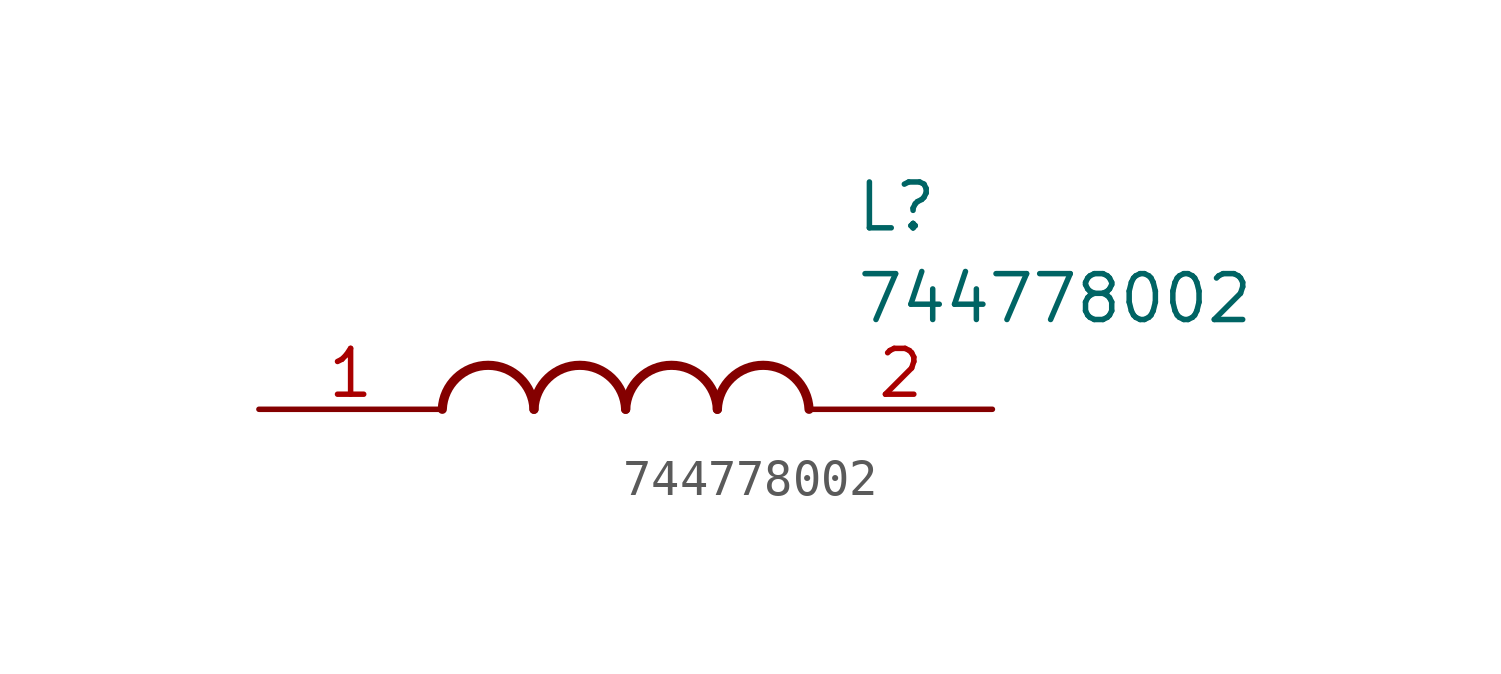
<source format=kicad_sym>
(kicad_symbol_lib
  (version 20211014)
  (generator SamacSys_ECAD_Model)
  (symbol "744778002"
    (pin_names hide)
    (property "Reference" "L"
      (at 16.51 6.35 0)
      (effects (font (size 1.27 1.27)) (justify left top)))
    (property "Value" "744778002"
      (at 16.51 3.81 0)
      (effects (font (size 1.27 1.27)) (justify left top)))
    (arc
      (start 7.62 0)
      (mid 6.35 1.219)
      (end 5.08 0)
      (stroke (width 0.254) (type default))
      (fill (type none)))
    (arc
      (start 10.16 0)
      (mid 8.89 1.219)
      (end 7.62 0)
      (stroke (width 0.254) (type default))
      (fill (type none)))
    (arc
      (start 12.7 0)
      (mid 11.43 1.219)
      (end 10.16 0)
      (stroke (width 0.254) (type default))
      (fill (type none)))
    (arc
      (start 15.24 0)
      (mid 13.97 1.219)
      (end 12.7 0)
      (stroke (width 0.254) (type default))
      (fill (type none)))
    (pin passive line
      (at 0 0 0)
      (length 5.08)
      (name "1" (effects (font (size 1.27 1.27))))
      (number "1" (effects (font (size 1.27 1.27)))))
    (pin passive line
      (at 20.32 0 180)
      (length 5.08)
      (name "2" (effects (font (size 1.27 1.27))))
      (number "2" (effects (font (size 1.27 1.27)))))))
</source>
